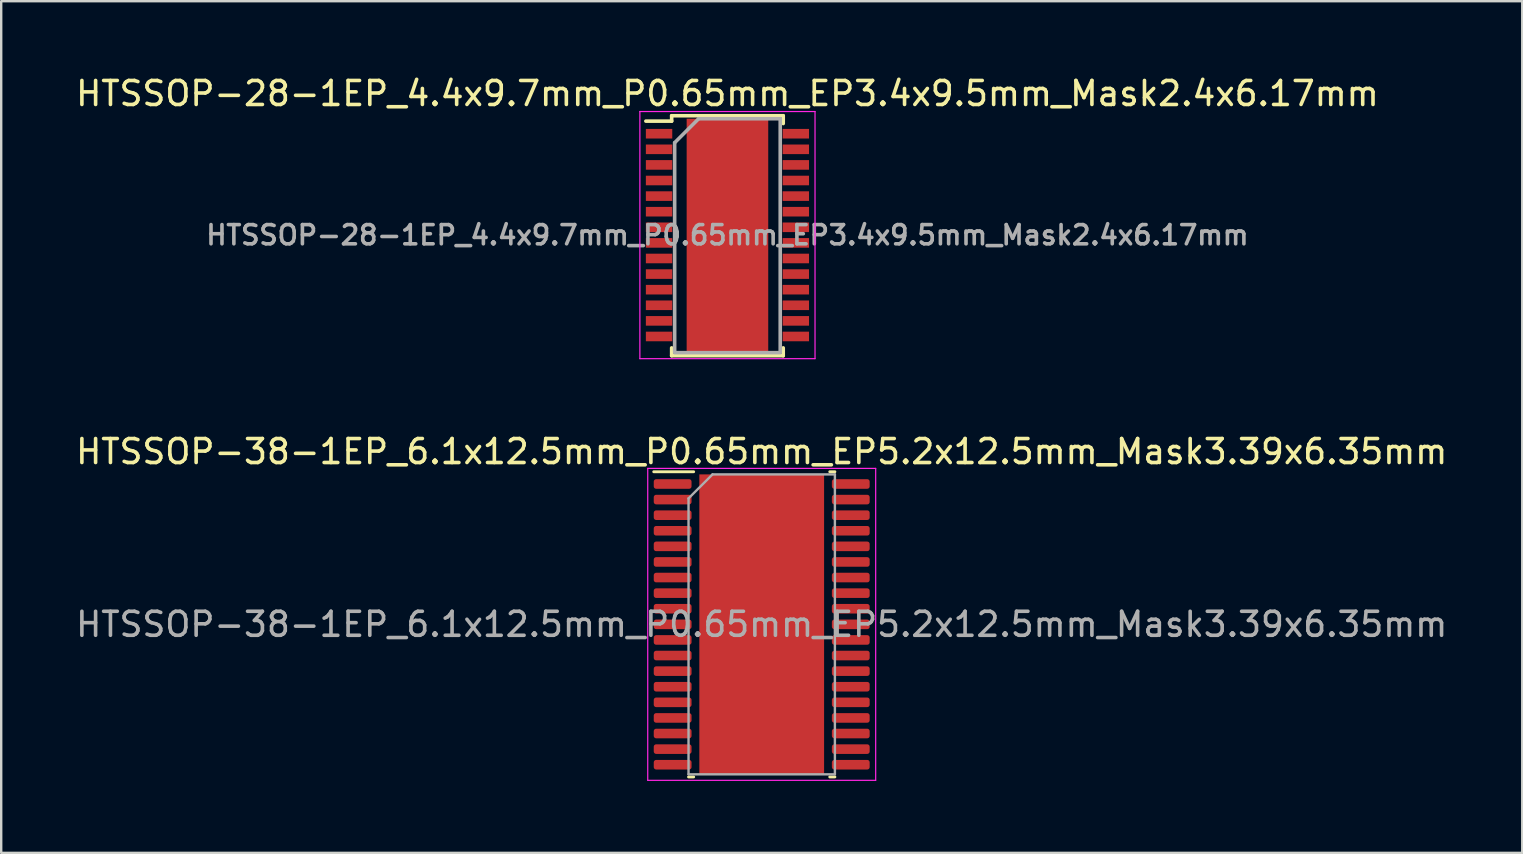
<source format=kicad_pcb>
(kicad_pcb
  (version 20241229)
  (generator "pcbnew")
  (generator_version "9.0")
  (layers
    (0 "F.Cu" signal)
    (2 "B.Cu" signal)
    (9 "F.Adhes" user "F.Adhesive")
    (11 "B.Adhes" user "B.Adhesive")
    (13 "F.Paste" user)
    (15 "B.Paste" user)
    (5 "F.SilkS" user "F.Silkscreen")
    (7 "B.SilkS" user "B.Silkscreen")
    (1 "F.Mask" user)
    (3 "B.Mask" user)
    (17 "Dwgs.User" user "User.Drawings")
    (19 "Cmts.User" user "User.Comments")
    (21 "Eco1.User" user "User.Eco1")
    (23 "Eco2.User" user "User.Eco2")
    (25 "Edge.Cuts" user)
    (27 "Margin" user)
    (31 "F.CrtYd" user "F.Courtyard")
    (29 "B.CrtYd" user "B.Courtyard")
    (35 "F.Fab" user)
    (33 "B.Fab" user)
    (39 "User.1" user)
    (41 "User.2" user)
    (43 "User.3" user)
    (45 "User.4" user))
  (footprint "HTSSOP-38-1EP_6.1x12.5mm_P0.65mm_EP5.2x12.5mm_Mask3.39x6.35mm"
    (layer "F.Cu")
    (at 28.696 22.971)
    (property "Reference" "HTSSOP-38-1EP_6.1x12.5mm_P0.65mm_EP5.2x12.5mm_Mask3.39x6.35mm" (at 0 -7.2 0) (layer "F.SilkS") (effects (font (size 1 1) (thickness 0.15))))
    (attr smd)
    (fp_line (start -2.836 -6.36) (end -4.5 -6.36) (stroke (width 0.12) (type solid)) (layer "F.SilkS"))
    (fp_line (start -2.836 6.36) (end -3.05 6.36) (stroke (width 0.12) (type solid)) (layer "F.SilkS"))
    (fp_line (start 2.836 -6.36) (end 3.05 -6.36) (stroke (width 0.12) (type solid)) (layer "F.SilkS"))
    (fp_line (start 2.836 6.36) (end 3.05 6.36) (stroke (width 0.12) (type solid)) (layer "F.SilkS"))
    (fp_line (start -4.75 -6.5) (end -4.75 6.5) (stroke (width 0.05) (type solid)) (layer "F.CrtYd"))
    (fp_line (start -4.75 6.5) (end 4.75 6.5) (stroke (width 0.05) (type solid)) (layer "F.CrtYd"))
    (fp_line (start 4.75 -6.5) (end -4.75 -6.5) (stroke (width 0.05) (type solid)) (layer "F.CrtYd"))
    (fp_line (start 4.75 6.5) (end 4.75 -6.5) (stroke (width 0.05) (type solid)) (layer "F.CrtYd"))
    (fp_line (start -3.05 -5.25) (end -2.05 -6.25) (stroke (width 0.1) (type solid)) (layer "F.Fab"))
    (fp_line (start -3.05 6.25) (end -3.05 -5.25) (stroke (width 0.1) (type solid)) (layer "F.Fab"))
    (fp_line (start -2.05 -6.25) (end 3.05 -6.25) (stroke (width 0.1) (type solid)) (layer "F.Fab"))
    (fp_line (start 3.05 -6.25) (end 3.05 6.25) (stroke (width 0.1) (type solid)) (layer "F.Fab"))
    (fp_line (start 3.05 6.25) (end -3.05 6.25) (stroke (width 0.1) (type solid)) (layer "F.Fab"))
    (fp_text user "${REFERENCE}" (at 0 0 0) (layer "F.Fab") (effects (font (size 1 1) (thickness 0.15))))
    (pad "" smd roundrect (at -0.85 -2.12) (size 1.37 1.71) (layers "F.Paste") (roundrect_rratio 0.182))
    (pad "" smd roundrect (at -0.85 0) (size 1.37 1.71) (layers "F.Paste") (roundrect_rratio 0.182))
    (pad "" smd roundrect (at -0.85 2.12) (size 1.37 1.71) (layers "F.Paste") (roundrect_rratio 0.182))
    (pad "" smd rect (at 0 0) (size 3.39 6.35) (layers "F.Mask"))
    (pad "" smd roundrect (at 0.85 -2.12) (size 1.37 1.71) (layers "F.Paste") (roundrect_rratio 0.182))
    (pad "" smd roundrect (at 0.85 0) (size 1.37 1.71) (layers "F.Paste") (roundrect_rratio 0.182))
    (pad "" smd roundrect (at 0.85 2.12) (size 1.37 1.71) (layers "F.Paste") (roundrect_rratio 0.182))
    (pad "1" smd roundrect (at -3.712 -5.85) (size 1.575 0.4) (layers "F.Cu" "F.Mask" "F.Paste") (roundrect_rratio 0.25))
    (pad "2" smd roundrect (at -3.712 -5.2) (size 1.575 0.4) (layers "F.Cu" "F.Mask" "F.Paste") (roundrect_rratio 0.25))
    (pad "3" smd roundrect (at -3.712 -4.55) (size 1.575 0.4) (layers "F.Cu" "F.Mask" "F.Paste") (roundrect_rratio 0.25))
    (pad "4" smd roundrect (at -3.712 -3.9) (size 1.575 0.4) (layers "F.Cu" "F.Mask" "F.Paste") (roundrect_rratio 0.25))
    (pad "5" smd roundrect (at -3.712 -3.25) (size 1.575 0.4) (layers "F.Cu" "F.Mask" "F.Paste") (roundrect_rratio 0.25))
    (pad "6" smd roundrect (at -3.712 -2.6) (size 1.575 0.4) (layers "F.Cu" "F.Mask" "F.Paste") (roundrect_rratio 0.25))
    (pad "7" smd roundrect (at -3.712 -1.95) (size 1.575 0.4) (layers "F.Cu" "F.Mask" "F.Paste") (roundrect_rratio 0.25))
    (pad "8" smd roundrect (at -3.712 -1.3) (size 1.575 0.4) (layers "F.Cu" "F.Mask" "F.Paste") (roundrect_rratio 0.25))
    (pad "9" smd roundrect (at -3.712 -0.65) (size 1.575 0.4) (layers "F.Cu" "F.Mask" "F.Paste") (roundrect_rratio 0.25))
    (pad "10" smd roundrect (at -3.712 0) (size 1.575 0.4) (layers "F.Cu" "F.Mask" "F.Paste") (roundrect_rratio 0.25))
    (pad "11" smd roundrect (at -3.712 0.65) (size 1.575 0.4) (layers "F.Cu" "F.Mask" "F.Paste") (roundrect_rratio 0.25))
    (pad "12" smd roundrect (at -3.712 1.3) (size 1.575 0.4) (layers "F.Cu" "F.Mask" "F.Paste") (roundrect_rratio 0.25))
    (pad "13" smd roundrect (at -3.712 1.95) (size 1.575 0.4) (layers "F.Cu" "F.Mask" "F.Paste") (roundrect_rratio 0.25))
    (pad "14" smd roundrect (at -3.712 2.6) (size 1.575 0.4) (layers "F.Cu" "F.Mask" "F.Paste") (roundrect_rratio 0.25))
    (pad "15" smd roundrect (at -3.712 3.25) (size 1.575 0.4) (layers "F.Cu" "F.Mask" "F.Paste") (roundrect_rratio 0.25))
    (pad "16" smd roundrect (at -3.712 3.9) (size 1.575 0.4) (layers "F.Cu" "F.Mask" "F.Paste") (roundrect_rratio 0.25))
    (pad "17" smd roundrect (at -3.712 4.55) (size 1.575 0.4) (layers "F.Cu" "F.Mask" "F.Paste") (roundrect_rratio 0.25))
    (pad "18" smd roundrect (at -3.712 5.2) (size 1.575 0.4) (layers "F.Cu" "F.Mask" "F.Paste") (roundrect_rratio 0.25))
    (pad "19" smd roundrect (at -3.712 5.85) (size 1.575 0.4) (layers "F.Cu" "F.Mask" "F.Paste") (roundrect_rratio 0.25))
    (pad "20" smd roundrect (at 3.712 5.85) (size 1.575 0.4) (layers "F.Cu" "F.Mask" "F.Paste") (roundrect_rratio 0.25))
    (pad "21" smd roundrect (at 3.712 5.2) (size 1.575 0.4) (layers "F.Cu" "F.Mask" "F.Paste") (roundrect_rratio 0.25))
    (pad "22" smd roundrect (at 3.712 4.55) (size 1.575 0.4) (layers "F.Cu" "F.Mask" "F.Paste") (roundrect_rratio 0.25))
    (pad "23" smd roundrect (at 3.712 3.9) (size 1.575 0.4) (layers "F.Cu" "F.Mask" "F.Paste") (roundrect_rratio 0.25))
    (pad "24" smd roundrect (at 3.712 3.25) (size 1.575 0.4) (layers "F.Cu" "F.Mask" "F.Paste") (roundrect_rratio 0.25))
    (pad "25" smd roundrect (at 3.712 2.6) (size 1.575 0.4) (layers "F.Cu" "F.Mask" "F.Paste") (roundrect_rratio 0.25))
    (pad "26" smd roundrect (at 3.712 1.95) (size 1.575 0.4) (layers "F.Cu" "F.Mask" "F.Paste") (roundrect_rratio 0.25))
    (pad "27" smd roundrect (at 3.712 1.3) (size 1.575 0.4) (layers "F.Cu" "F.Mask" "F.Paste") (roundrect_rratio 0.25))
    (pad "28" smd roundrect (at 3.712 0.65) (size 1.575 0.4) (layers "F.Cu" "F.Mask" "F.Paste") (roundrect_rratio 0.25))
    (pad "29" smd roundrect (at 3.712 0) (size 1.575 0.4) (layers "F.Cu" "F.Mask" "F.Paste") (roundrect_rratio 0.25))
    (pad "30" smd roundrect (at 3.712 -0.65) (size 1.575 0.4) (layers "F.Cu" "F.Mask" "F.Paste") (roundrect_rratio 0.25))
    (pad "31" smd roundrect (at 3.712 -1.3) (size 1.575 0.4) (layers "F.Cu" "F.Mask" "F.Paste") (roundrect_rratio 0.25))
    (pad "32" smd roundrect (at 3.712 -1.95) (size 1.575 0.4) (layers "F.Cu" "F.Mask" "F.Paste") (roundrect_rratio 0.25))
    (pad "33" smd roundrect (at 3.712 -2.6) (size 1.575 0.4) (layers "F.Cu" "F.Mask" "F.Paste") (roundrect_rratio 0.25))
    (pad "34" smd roundrect (at 3.712 -3.25) (size 1.575 0.4) (layers "F.Cu" "F.Mask" "F.Paste") (roundrect_rratio 0.25))
    (pad "35" smd roundrect (at 3.712 -3.9) (size 1.575 0.4) (layers "F.Cu" "F.Mask" "F.Paste") (roundrect_rratio 0.25))
    (pad "36" smd roundrect (at 3.712 -4.55) (size 1.575 0.4) (layers "F.Cu" "F.Mask" "F.Paste") (roundrect_rratio 0.25))
    (pad "37" smd roundrect (at 3.712 -5.2) (size 1.575 0.4) (layers "F.Cu" "F.Mask" "F.Paste") (roundrect_rratio 0.25))
    (pad "38" smd roundrect (at 3.712 -5.85) (size 1.575 0.4) (layers "F.Cu" "F.Mask" "F.Paste") (roundrect_rratio 0.25))
    (pad "39" smd rect (at 0 0) (size 5.2 12.5) (layers "F.Cu")))
  (footprint "HTSSOP-28-1EP_4.4x9.7mm_P0.65mm_EP3.4x9.5mm_Mask2.4x6.17mm"
    (layer "F.Cu")
    (at 27.268 6.748)
    (property "Reference" "HTSSOP-28-1EP_4.4x9.7mm_P0.65mm_EP3.4x9.5mm_Mask2.4x6.17mm" (at 0 -5.9 0) (layer "F.SilkS") (effects (font (size 1 1) (thickness 0.15))))
    (attr smd)
    (fp_line (start -2.325 -4.975) (end -2.325 -4.75) (stroke (width 0.15) (type solid)) (layer "F.SilkS"))
    (fp_line (start -2.325 -4.975) (end 2.325 -4.975) (stroke (width 0.15) (type solid)) (layer "F.SilkS"))
    (fp_line (start -2.325 -4.75) (end -3.4 -4.75) (stroke (width 0.15) (type solid)) (layer "F.SilkS"))
    (fp_line (start -2.325 5.026) (end -2.325 4.701) (stroke (width 0.15) (type solid)) (layer "F.SilkS"))
    (fp_line (start -2.325 5.026) (end 2.325 5.026) (stroke (width 0.15) (type solid)) (layer "F.SilkS"))
    (fp_line (start 2.325 -4.975) (end 2.325 -4.65) (stroke (width 0.15) (type solid)) (layer "F.SilkS"))
    (fp_line (start 2.325 5.026) (end 2.325 4.701) (stroke (width 0.15) (type solid)) (layer "F.SilkS"))
    (fp_line (start -3.65 -5.15) (end -3.65 5.15) (stroke (width 0.05) (type solid)) (layer "F.CrtYd"))
    (fp_line (start -3.65 -5.15) (end 3.65 -5.15) (stroke (width 0.05) (type solid)) (layer "F.CrtYd"))
    (fp_line (start -3.65 5.15) (end 3.65 5.15) (stroke (width 0.05) (type solid)) (layer "F.CrtYd"))
    (fp_line (start 3.65 -5.15) (end 3.65 5.15) (stroke (width 0.05) (type solid)) (layer "F.CrtYd"))
    (fp_line (start -2.2 -3.85) (end -1.2 -4.85) (stroke (width 0.15) (type solid)) (layer "F.Fab"))
    (fp_line (start -2.2 4.85) (end -2.2 -3.85) (stroke (width 0.15) (type solid)) (layer "F.Fab"))
    (fp_line (start -1.2 -4.85) (end 2.2 -4.85) (stroke (width 0.15) (type solid)) (layer "F.Fab"))
    (fp_line (start 2.2 -4.85) (end 2.2 4.85) (stroke (width 0.15) (type solid)) (layer "F.Fab"))
    (fp_line (start 2.2 4.901) (end -2.2 4.901) (stroke (width 0.15) (type solid)) (layer "F.Fab"))
    (fp_text user "${REFERENCE}" (at 0 0 0) (layer "F.Fab") (effects (font (size 0.8 0.8) (thickness 0.15))))
    (pad "" smd rect (at -0.6 -2.468) (size 0.9 0.93) (layers "F.Paste"))
    (pad "" smd rect (at -0.6 -1.234) (size 0.9 0.93) (layers "F.Paste"))
    (pad "" smd rect (at -0.6 0) (size 0.9 0.93) (layers "F.Paste"))
    (pad "" smd rect (at -0.6 1.234) (size 0.9 0.93) (layers "F.Paste"))
    (pad "" smd rect (at -0.6 2.468) (size 0.9 0.93) (layers "F.Paste"))
    (pad "" smd rect (at 0 0) (size 2.4 6.17) (layers "F.Mask"))
    (pad "" smd rect (at 0.6 -2.468) (size 0.9 0.93) (layers "F.Paste"))
    (pad "" smd rect (at 0.6 -1.234) (size 0.9 0.93) (layers "F.Paste"))
    (pad "" smd rect (at 0.6 0) (size 0.9 0.93) (layers "F.Paste"))
    (pad "" smd rect (at 0.6 1.234) (size 0.9 0.93) (layers "F.Paste"))
    (pad "" smd rect (at 0.6 2.468) (size 0.9 0.93) (layers "F.Paste"))
    (pad "1" smd rect (at -2.85 -4.225) (size 1.1 0.4) (layers "F.Cu" "F.Mask" "F.Paste"))
    (pad "2" smd rect (at -2.85 -3.575) (size 1.1 0.4) (layers "F.Cu" "F.Mask" "F.Paste"))
    (pad "3" smd rect (at -2.85 -2.925) (size 1.1 0.4) (layers "F.Cu" "F.Mask" "F.Paste"))
    (pad "4" smd rect (at -2.85 -2.275) (size 1.1 0.4) (layers "F.Cu" "F.Mask" "F.Paste"))
    (pad "5" smd rect (at -2.85 -1.625) (size 1.1 0.4) (layers "F.Cu" "F.Mask" "F.Paste"))
    (pad "6" smd rect (at -2.85 -0.975) (size 1.1 0.4) (layers "F.Cu" "F.Mask" "F.Paste"))
    (pad "7" smd rect (at -2.85 -0.325) (size 1.1 0.4) (layers "F.Cu" "F.Mask" "F.Paste"))
    (pad "8" smd rect (at -2.85 0.325) (size 1.1 0.4) (layers "F.Cu" "F.Mask" "F.Paste"))
    (pad "9" smd rect (at -2.85 0.975) (size 1.1 0.4) (layers "F.Cu" "F.Mask" "F.Paste"))
    (pad "10" smd rect (at -2.85 1.625) (size 1.1 0.4) (layers "F.Cu" "F.Mask" "F.Paste"))
    (pad "11" smd rect (at -2.85 2.275) (size 1.1 0.4) (layers "F.Cu" "F.Mask" "F.Paste"))
    (pad "12" smd rect (at -2.85 2.925) (size 1.1 0.4) (layers "F.Cu" "F.Mask" "F.Paste"))
    (pad "13" smd rect (at -2.85 3.575) (size 1.1 0.4) (layers "F.Cu" "F.Mask" "F.Paste"))
    (pad "14" smd rect (at -2.85 4.225) (size 1.1 0.4) (layers "F.Cu" "F.Mask" "F.Paste"))
    (pad "15" smd rect (at 2.85 4.225) (size 1.1 0.4) (layers "F.Cu" "F.Mask" "F.Paste"))
    (pad "16" smd rect (at 2.85 3.575) (size 1.1 0.4) (layers "F.Cu" "F.Mask" "F.Paste"))
    (pad "17" smd rect (at 2.85 2.925) (size 1.1 0.4) (layers "F.Cu" "F.Mask" "F.Paste"))
    (pad "18" smd rect (at 2.85 2.275) (size 1.1 0.4) (layers "F.Cu" "F.Mask" "F.Paste"))
    (pad "19" smd rect (at 2.85 1.625) (size 1.1 0.4) (layers "F.Cu" "F.Mask" "F.Paste"))
    (pad "20" smd rect (at 2.85 0.975) (size 1.1 0.4) (layers "F.Cu" "F.Mask" "F.Paste"))
    (pad "21" smd rect (at 2.85 0.325) (size 1.1 0.4) (layers "F.Cu" "F.Mask" "F.Paste"))
    (pad "22" smd rect (at 2.85 -0.325) (size 1.1 0.4) (layers "F.Cu" "F.Mask" "F.Paste"))
    (pad "23" smd rect (at 2.85 -0.975) (size 1.1 0.4) (layers "F.Cu" "F.Mask" "F.Paste"))
    (pad "24" smd rect (at 2.85 -1.625) (size 1.1 0.4) (layers "F.Cu" "F.Mask" "F.Paste"))
    (pad "25" smd rect (at 2.85 -2.275) (size 1.1 0.4) (layers "F.Cu" "F.Mask" "F.Paste"))
    (pad "26" smd rect (at 2.85 -2.925) (size 1.1 0.4) (layers "F.Cu" "F.Mask" "F.Paste"))
    (pad "27" smd rect (at 2.85 -3.575) (size 1.1 0.4) (layers "F.Cu" "F.Mask" "F.Paste"))
    (pad "28" smd rect (at 2.85 -4.225) (size 1.1 0.4) (layers "F.Cu" "F.Mask" "F.Paste"))
    (pad "29" smd rect (at 0 0) (size 3.4 9.7) (layers "F.Cu")))
  (gr_rect
    (start -3 -3)
    (end 60.393 32.496)
    (stroke (width 0.1) (type default))
    (fill no)
    (layer "Edge.Cuts")))
</source>
